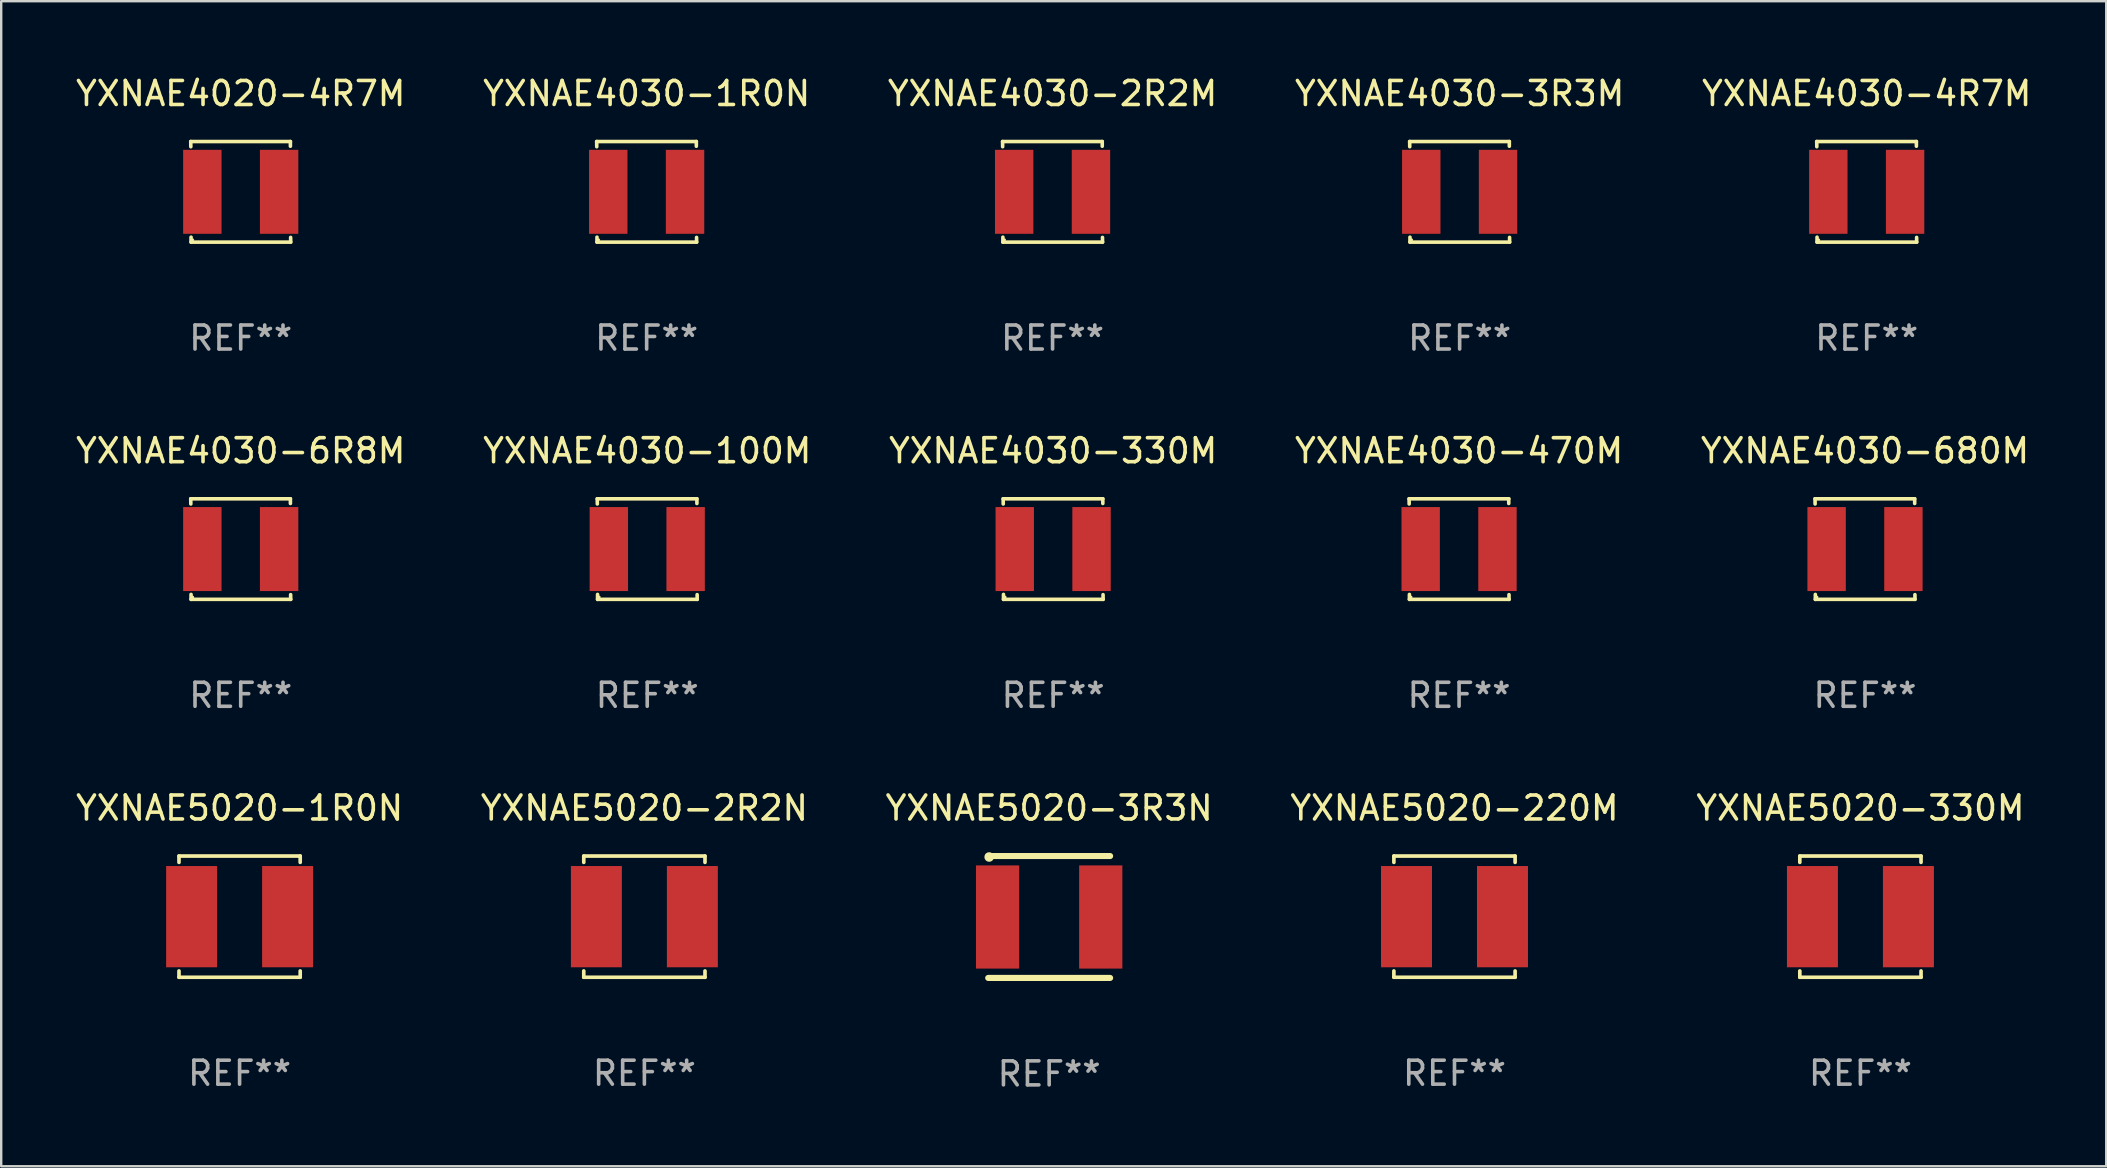
<source format=kicad_pcb>
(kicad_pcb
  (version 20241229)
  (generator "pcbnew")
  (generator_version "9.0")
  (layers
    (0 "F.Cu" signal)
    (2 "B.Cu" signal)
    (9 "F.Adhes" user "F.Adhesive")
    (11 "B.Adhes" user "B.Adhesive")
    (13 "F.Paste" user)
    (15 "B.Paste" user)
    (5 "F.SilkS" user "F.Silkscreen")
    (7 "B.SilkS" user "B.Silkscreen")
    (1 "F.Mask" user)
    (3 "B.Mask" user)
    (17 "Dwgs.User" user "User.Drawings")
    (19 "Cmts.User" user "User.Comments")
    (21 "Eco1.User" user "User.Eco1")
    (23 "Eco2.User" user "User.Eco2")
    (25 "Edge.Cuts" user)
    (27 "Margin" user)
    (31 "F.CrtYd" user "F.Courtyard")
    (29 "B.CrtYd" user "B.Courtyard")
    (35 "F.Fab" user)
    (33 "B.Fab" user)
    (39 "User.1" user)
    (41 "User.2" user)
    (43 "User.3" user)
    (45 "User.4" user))
  (footprint "YXNAE4030-4R7M"
    (layer "F.Cu")
    (at 74.744 4.944)
    (property "Reference" "YXNAE4030-4R7M" (at 0 -4.096 0) (layer "F.SilkS") (effects (font (size 1 1) (thickness 0.15))))
    (attr through_hole)
    (fp_line (start -2.083 -2.096) (end -2.08 -1.88) (stroke (width 0.15) (type solid)) (layer "F.SilkS"))
    (fp_line (start -2.07 1.89) (end -2.07 2.096) (stroke (width 0.15) (type solid)) (layer "F.SilkS"))
    (fp_line (start -2.07 2.096) (end 2.083 2.096) (stroke (width 0.15) (type solid)) (layer "F.SilkS"))
    (fp_line (start 2.07 -1.9) (end 2.07 -2.096) (stroke (width 0.15) (type solid)) (layer "F.SilkS"))
    (fp_line (start 2.07 -2.096) (end -2.083 -2.096) (stroke (width 0.15) (type solid)) (layer "F.SilkS"))
    (fp_line (start 2.083 2.096) (end 2.08 1.9) (stroke (width 0.15) (type solid)) (layer "F.SilkS"))
    (fp_circle (center -2 2) (end -1.97 2) (stroke (width 0.06) (type solid)) (fill no) (layer "F.SilkS"))
    (fp_text user "REF**" (at 0 6.096 0) (layer "F.Fab") (effects (font (size 1 1) (thickness 0.15))))
    (pad "1" smd rect (at -1.6 -0.000343) (size 1.6 3.5) (layers "F.Cu" "F.Mask" "F.Paste"))
    (pad "2" smd rect (at 1.6 -0.000343) (size 1.6 3.5) (layers "F.Cu" "F.Mask" "F.Paste")))
  (footprint "YXNAE5020-220M"
    (layer "F.Cu")
    (at 57.565 35.151)
    (property "Reference" "YXNAE5020-220M" (at 0 -4.526 0) (layer "F.SilkS") (effects (font (size 1 1) (thickness 0.15))))
    (attr through_hole)
    (fp_line (start -2.526 -2.526) (end 2.526 -2.526) (stroke (width 0.152) (type solid)) (layer "F.SilkS"))
    (fp_line (start -2.526 -2.262) (end -2.526 -2.526) (stroke (width 0.152) (type solid)) (layer "F.SilkS"))
    (fp_line (start -2.526 2.262) (end -2.526 2.526) (stroke (width 0.152) (type solid)) (layer "F.SilkS"))
    (fp_line (start -2.526 2.526) (end 2.526 2.526) (stroke (width 0.152) (type solid)) (layer "F.SilkS"))
    (fp_line (start 2.526 -2.526) (end 2.526 -2.262) (stroke (width 0.152) (type solid)) (layer "F.SilkS"))
    (fp_line (start 2.526 2.526) (end 2.526 2.262) (stroke (width 0.152) (type solid)) (layer "F.SilkS"))
    (fp_circle (center 2.5 -2.5) (end 2.53 -2.5) (stroke (width 0.06) (type solid)) (fill no) (layer "F.SilkS"))
    (fp_text user "REF**" (at 0 6.526 0) (layer "F.Fab") (effects (font (size 1 1) (thickness 0.15))))
    (pad "1" smd rect (at 2 0) (size 2.124 4.22) (layers "F.Cu" "F.Mask" "F.Paste"))
    (pad "2" smd rect (at -2 0) (size 2.124 4.22) (layers "F.Cu" "F.Mask" "F.Paste")))
  (footprint "YXNAE4020-4R7M"
    (layer "F.Cu")
    (at 6.982 4.944)
    (property "Reference" "YXNAE4020-4R7M" (at 0 -4.096 0) (layer "F.SilkS") (effects (font (size 1 1) (thickness 0.15))))
    (attr through_hole)
    (fp_line (start -2.083 -2.096) (end -2.08 -1.88) (stroke (width 0.15) (type solid)) (layer "F.SilkS"))
    (fp_line (start -2.07 1.89) (end -2.07 2.096) (stroke (width 0.15) (type solid)) (layer "F.SilkS"))
    (fp_line (start -2.07 2.096) (end 2.083 2.096) (stroke (width 0.15) (type solid)) (layer "F.SilkS"))
    (fp_line (start 2.07 -1.9) (end 2.07 -2.096) (stroke (width 0.15) (type solid)) (layer "F.SilkS"))
    (fp_line (start 2.07 -2.096) (end -2.083 -2.096) (stroke (width 0.15) (type solid)) (layer "F.SilkS"))
    (fp_line (start 2.083 2.096) (end 2.08 1.9) (stroke (width 0.15) (type solid)) (layer "F.SilkS"))
    (fp_circle (center -2 2) (end -1.97 2) (stroke (width 0.06) (type solid)) (fill no) (layer "F.SilkS"))
    (fp_text user "REF**" (at 0 6.096 0) (layer "F.Fab") (effects (font (size 1 1) (thickness 0.15))))
    (pad "1" smd rect (at -1.6 -0.000343) (size 1.6 3.5) (layers "F.Cu" "F.Mask" "F.Paste"))
    (pad "2" smd rect (at 1.6 -0.000343) (size 1.6 3.5) (layers "F.Cu" "F.Mask" "F.Paste")))
  (footprint "YXNAE4030-330M"
    (layer "F.Cu")
    (at 40.839 19.832)
    (property "Reference" "YXNAE4030-330M" (at 0 -4.096 0) (layer "F.SilkS") (effects (font (size 1 1) (thickness 0.15))))
    (attr through_hole)
    (fp_line (start -2.083 -2.096) (end -2.08 -1.88) (stroke (width 0.15) (type solid)) (layer "F.SilkS"))
    (fp_line (start -2.07 1.89) (end -2.07 2.096) (stroke (width 0.15) (type solid)) (layer "F.SilkS"))
    (fp_line (start -2.07 2.096) (end 2.083 2.096) (stroke (width 0.15) (type solid)) (layer "F.SilkS"))
    (fp_line (start 2.07 -1.9) (end 2.07 -2.096) (stroke (width 0.15) (type solid)) (layer "F.SilkS"))
    (fp_line (start 2.07 -2.096) (end -2.083 -2.096) (stroke (width 0.15) (type solid)) (layer "F.SilkS"))
    (fp_line (start 2.083 2.096) (end 2.08 1.9) (stroke (width 0.15) (type solid)) (layer "F.SilkS"))
    (fp_circle (center -2 2) (end -1.97 2) (stroke (width 0.06) (type solid)) (fill no) (layer "F.SilkS"))
    (fp_text user "REF**" (at 0 6.096 0) (layer "F.Fab") (effects (font (size 1 1) (thickness 0.15))))
    (pad "1" smd rect (at -1.6 -0.000343) (size 1.6 3.5) (layers "F.Cu" "F.Mask" "F.Paste"))
    (pad "2" smd rect (at 1.6 -0.000343) (size 1.6 3.5) (layers "F.Cu" "F.Mask" "F.Paste")))
  (footprint "YXNAE5020-1R0N"
    (layer "F.Cu")
    (at 6.935 35.151)
    (property "Reference" "YXNAE5020-1R0N" (at 0 -4.526 0) (layer "F.SilkS") (effects (font (size 1 1) (thickness 0.15))))
    (attr through_hole)
    (fp_line (start -2.526 -2.526) (end 2.526 -2.526) (stroke (width 0.152) (type solid)) (layer "F.SilkS"))
    (fp_line (start -2.526 -2.262) (end -2.526 -2.526) (stroke (width 0.152) (type solid)) (layer "F.SilkS"))
    (fp_line (start -2.526 2.262) (end -2.526 2.526) (stroke (width 0.152) (type solid)) (layer "F.SilkS"))
    (fp_line (start -2.526 2.526) (end 2.526 2.526) (stroke (width 0.152) (type solid)) (layer "F.SilkS"))
    (fp_line (start 2.526 -2.526) (end 2.526 -2.262) (stroke (width 0.152) (type solid)) (layer "F.SilkS"))
    (fp_line (start 2.526 2.526) (end 2.526 2.262) (stroke (width 0.152) (type solid)) (layer "F.SilkS"))
    (fp_circle (center 2.5 -2.5) (end 2.53 -2.5) (stroke (width 0.06) (type solid)) (fill no) (layer "F.SilkS"))
    (fp_text user "REF**" (at 0 6.526 0) (layer "F.Fab") (effects (font (size 1 1) (thickness 0.15))))
    (pad "1" smd rect (at 2 0) (size 2.124 4.22) (layers "F.Cu" "F.Mask" "F.Paste"))
    (pad "2" smd rect (at -2 0) (size 2.124 4.22) (layers "F.Cu" "F.Mask" "F.Paste")))
  (footprint "YXNAE4030-6R8M"
    (layer "F.Cu")
    (at 6.982 19.832)
    (property "Reference" "YXNAE4030-6R8M" (at 0 -4.096 0) (layer "F.SilkS") (effects (font (size 1 1) (thickness 0.15))))
    (attr through_hole)
    (fp_line (start -2.083 -2.096) (end -2.08 -1.88) (stroke (width 0.15) (type solid)) (layer "F.SilkS"))
    (fp_line (start -2.07 1.89) (end -2.07 2.096) (stroke (width 0.15) (type solid)) (layer "F.SilkS"))
    (fp_line (start -2.07 2.096) (end 2.083 2.096) (stroke (width 0.15) (type solid)) (layer "F.SilkS"))
    (fp_line (start 2.07 -1.9) (end 2.07 -2.096) (stroke (width 0.15) (type solid)) (layer "F.SilkS"))
    (fp_line (start 2.07 -2.096) (end -2.083 -2.096) (stroke (width 0.15) (type solid)) (layer "F.SilkS"))
    (fp_line (start 2.083 2.096) (end 2.08 1.9) (stroke (width 0.15) (type solid)) (layer "F.SilkS"))
    (fp_circle (center -2 2) (end -1.97 2) (stroke (width 0.06) (type solid)) (fill no) (layer "F.SilkS"))
    (fp_text user "REF**" (at 0 6.096 0) (layer "F.Fab") (effects (font (size 1 1) (thickness 0.15))))
    (pad "1" smd rect (at -1.6 -0.000343) (size 1.6 3.5) (layers "F.Cu" "F.Mask" "F.Paste"))
    (pad "2" smd rect (at 1.6 -0.000343) (size 1.6 3.5) (layers "F.Cu" "F.Mask" "F.Paste")))
  (footprint "YXNAE4030-2R2M"
    (layer "F.Cu")
    (at 40.815 4.944)
    (property "Reference" "YXNAE4030-2R2M" (at 0 -4.096 0) (layer "F.SilkS") (effects (font (size 1 1) (thickness 0.15))))
    (attr through_hole)
    (fp_line (start -2.083 -2.096) (end -2.08 -1.88) (stroke (width 0.15) (type solid)) (layer "F.SilkS"))
    (fp_line (start -2.07 1.89) (end -2.07 2.096) (stroke (width 0.15) (type solid)) (layer "F.SilkS"))
    (fp_line (start -2.07 2.096) (end 2.083 2.096) (stroke (width 0.15) (type solid)) (layer "F.SilkS"))
    (fp_line (start 2.07 -1.9) (end 2.07 -2.096) (stroke (width 0.15) (type solid)) (layer "F.SilkS"))
    (fp_line (start 2.07 -2.096) (end -2.083 -2.096) (stroke (width 0.15) (type solid)) (layer "F.SilkS"))
    (fp_line (start 2.083 2.096) (end 2.08 1.9) (stroke (width 0.15) (type solid)) (layer "F.SilkS"))
    (fp_circle (center -2 2) (end -1.97 2) (stroke (width 0.06) (type solid)) (fill no) (layer "F.SilkS"))
    (fp_text user "REF**" (at 0 6.096 0) (layer "F.Fab") (effects (font (size 1 1) (thickness 0.15))))
    (pad "1" smd rect (at -1.6 -0.000343) (size 1.6 3.5) (layers "F.Cu" "F.Mask" "F.Paste"))
    (pad "2" smd rect (at 1.6 -0.000343) (size 1.6 3.5) (layers "F.Cu" "F.Mask" "F.Paste")))
  (footprint "YXNAE5020-330M"
    (layer "F.Cu")
    (at 74.482 35.151)
    (property "Reference" "YXNAE5020-330M" (at 0 -4.526 0) (layer "F.SilkS") (effects (font (size 1 1) (thickness 0.15))))
    (attr through_hole)
    (fp_line (start -2.526 -2.526) (end 2.526 -2.526) (stroke (width 0.152) (type solid)) (layer "F.SilkS"))
    (fp_line (start -2.526 -2.262) (end -2.526 -2.526) (stroke (width 0.152) (type solid)) (layer "F.SilkS"))
    (fp_line (start -2.526 2.262) (end -2.526 2.526) (stroke (width 0.152) (type solid)) (layer "F.SilkS"))
    (fp_line (start -2.526 2.526) (end 2.526 2.526) (stroke (width 0.152) (type solid)) (layer "F.SilkS"))
    (fp_line (start 2.526 -2.526) (end 2.526 -2.262) (stroke (width 0.152) (type solid)) (layer "F.SilkS"))
    (fp_line (start 2.526 2.526) (end 2.526 2.262) (stroke (width 0.152) (type solid)) (layer "F.SilkS"))
    (fp_circle (center 2.5 -2.5) (end 2.53 -2.5) (stroke (width 0.06) (type solid)) (fill no) (layer "F.SilkS"))
    (fp_text user "REF**" (at 0 6.526 0) (layer "F.Fab") (effects (font (size 1 1) (thickness 0.15))))
    (pad "1" smd rect (at 2 0) (size 2.124 4.22) (layers "F.Cu" "F.Mask" "F.Paste"))
    (pad "2" smd rect (at -2 0) (size 2.124 4.22) (layers "F.Cu" "F.Mask" "F.Paste")))
  (footprint "YXNAE4030-1R0N"
    (layer "F.Cu")
    (at 23.899 4.944)
    (property "Reference" "YXNAE4030-1R0N" (at 0 -4.096 0) (layer "F.SilkS") (effects (font (size 1 1) (thickness 0.15))))
    (attr through_hole)
    (fp_line (start -2.083 -2.096) (end -2.08 -1.88) (stroke (width 0.15) (type solid)) (layer "F.SilkS"))
    (fp_line (start -2.07 1.89) (end -2.07 2.096) (stroke (width 0.15) (type solid)) (layer "F.SilkS"))
    (fp_line (start -2.07 2.096) (end 2.083 2.096) (stroke (width 0.15) (type solid)) (layer "F.SilkS"))
    (fp_line (start 2.07 -1.9) (end 2.07 -2.096) (stroke (width 0.15) (type solid)) (layer "F.SilkS"))
    (fp_line (start 2.07 -2.096) (end -2.083 -2.096) (stroke (width 0.15) (type solid)) (layer "F.SilkS"))
    (fp_line (start 2.083 2.096) (end 2.08 1.9) (stroke (width 0.15) (type solid)) (layer "F.SilkS"))
    (fp_circle (center -2 2) (end -1.97 2) (stroke (width 0.06) (type solid)) (fill no) (layer "F.SilkS"))
    (fp_text user "REF**" (at 0 6.096 0) (layer "F.Fab") (effects (font (size 1 1) (thickness 0.15))))
    (pad "1" smd rect (at -1.6 -0.000343) (size 1.6 3.5) (layers "F.Cu" "F.Mask" "F.Paste"))
    (pad "2" smd rect (at 1.6 -0.000343) (size 1.6 3.5) (layers "F.Cu" "F.Mask" "F.Paste")))
  (footprint "YXNAE4030-470M"
    (layer "F.Cu")
    (at 57.756 19.832)
    (property "Reference" "YXNAE4030-470M" (at 0 -4.096 0) (layer "F.SilkS") (effects (font (size 1 1) (thickness 0.15))))
    (attr through_hole)
    (fp_line (start -2.083 -2.096) (end -2.08 -1.88) (stroke (width 0.15) (type solid)) (layer "F.SilkS"))
    (fp_line (start -2.07 1.89) (end -2.07 2.096) (stroke (width 0.15) (type solid)) (layer "F.SilkS"))
    (fp_line (start -2.07 2.096) (end 2.083 2.096) (stroke (width 0.15) (type solid)) (layer "F.SilkS"))
    (fp_line (start 2.07 -1.9) (end 2.07 -2.096) (stroke (width 0.15) (type solid)) (layer "F.SilkS"))
    (fp_line (start 2.07 -2.096) (end -2.083 -2.096) (stroke (width 0.15) (type solid)) (layer "F.SilkS"))
    (fp_line (start 2.083 2.096) (end 2.08 1.9) (stroke (width 0.15) (type solid)) (layer "F.SilkS"))
    (fp_circle (center -2 2) (end -1.97 2) (stroke (width 0.06) (type solid)) (fill no) (layer "F.SilkS"))
    (fp_text user "REF**" (at 0 6.096 0) (layer "F.Fab") (effects (font (size 1 1) (thickness 0.15))))
    (pad "1" smd rect (at -1.6 -0.000343) (size 1.6 3.5) (layers "F.Cu" "F.Mask" "F.Paste"))
    (pad "2" smd rect (at 1.6 -0.000343) (size 1.6 3.5) (layers "F.Cu" "F.Mask" "F.Paste")))
  (footprint "YXNAE4030-3R3M"
    (layer "F.Cu")
    (at 57.78 4.944)
    (property "Reference" "YXNAE4030-3R3M" (at 0 -4.096 0) (layer "F.SilkS") (effects (font (size 1 1) (thickness 0.15))))
    (attr through_hole)
    (fp_line (start -2.083 -2.096) (end -2.08 -1.88) (stroke (width 0.15) (type solid)) (layer "F.SilkS"))
    (fp_line (start -2.07 1.89) (end -2.07 2.096) (stroke (width 0.15) (type solid)) (layer "F.SilkS"))
    (fp_line (start -2.07 2.096) (end 2.083 2.096) (stroke (width 0.15) (type solid)) (layer "F.SilkS"))
    (fp_line (start 2.07 -1.9) (end 2.07 -2.096) (stroke (width 0.15) (type solid)) (layer "F.SilkS"))
    (fp_line (start 2.07 -2.096) (end -2.083 -2.096) (stroke (width 0.15) (type solid)) (layer "F.SilkS"))
    (fp_line (start 2.083 2.096) (end 2.08 1.9) (stroke (width 0.15) (type solid)) (layer "F.SilkS"))
    (fp_circle (center -2 2) (end -1.97 2) (stroke (width 0.06) (type solid)) (fill no) (layer "F.SilkS"))
    (fp_text user "REF**" (at 0 6.096 0) (layer "F.Fab") (effects (font (size 1 1) (thickness 0.15))))
    (pad "1" smd rect (at -1.6 -0.000343) (size 1.6 3.5) (layers "F.Cu" "F.Mask" "F.Paste"))
    (pad "2" smd rect (at 1.6 -0.000343) (size 1.6 3.5) (layers "F.Cu" "F.Mask" "F.Paste")))
  (footprint "YXNAE4030-680M"
    (layer "F.Cu")
    (at 74.673 19.832)
    (property "Reference" "YXNAE4030-680M" (at 0 -4.096 0) (layer "F.SilkS") (effects (font (size 1 1) (thickness 0.15))))
    (attr through_hole)
    (fp_line (start -2.083 -2.096) (end -2.08 -1.88) (stroke (width 0.15) (type solid)) (layer "F.SilkS"))
    (fp_line (start -2.07 1.89) (end -2.07 2.096) (stroke (width 0.15) (type solid)) (layer "F.SilkS"))
    (fp_line (start -2.07 2.096) (end 2.083 2.096) (stroke (width 0.15) (type solid)) (layer "F.SilkS"))
    (fp_line (start 2.07 -1.9) (end 2.07 -2.096) (stroke (width 0.15) (type solid)) (layer "F.SilkS"))
    (fp_line (start 2.07 -2.096) (end -2.083 -2.096) (stroke (width 0.15) (type solid)) (layer "F.SilkS"))
    (fp_line (start 2.083 2.096) (end 2.08 1.9) (stroke (width 0.15) (type solid)) (layer "F.SilkS"))
    (fp_circle (center -2 2) (end -1.97 2) (stroke (width 0.06) (type solid)) (fill no) (layer "F.SilkS"))
    (fp_text user "REF**" (at 0 6.096 0) (layer "F.Fab") (effects (font (size 1 1) (thickness 0.15))))
    (pad "1" smd rect (at -1.6 -0.000343) (size 1.6 3.5) (layers "F.Cu" "F.Mask" "F.Paste"))
    (pad "2" smd rect (at 1.6 -0.000343) (size 1.6 3.5) (layers "F.Cu" "F.Mask" "F.Paste")))
  (footprint "YXNAE5020-2R2N"
    (layer "F.Cu")
    (at 23.804 35.151)
    (property "Reference" "YXNAE5020-2R2N" (at 0 -4.526 0) (layer "F.SilkS") (effects (font (size 1 1) (thickness 0.15))))
    (attr through_hole)
    (fp_line (start -2.526 -2.526) (end 2.526 -2.526) (stroke (width 0.152) (type solid)) (layer "F.SilkS"))
    (fp_line (start -2.526 -2.262) (end -2.526 -2.526) (stroke (width 0.152) (type solid)) (layer "F.SilkS"))
    (fp_line (start -2.526 2.262) (end -2.526 2.526) (stroke (width 0.152) (type solid)) (layer "F.SilkS"))
    (fp_line (start -2.526 2.526) (end 2.526 2.526) (stroke (width 0.152) (type solid)) (layer "F.SilkS"))
    (fp_line (start 2.526 -2.526) (end 2.526 -2.262) (stroke (width 0.152) (type solid)) (layer "F.SilkS"))
    (fp_line (start 2.526 2.526) (end 2.526 2.262) (stroke (width 0.152) (type solid)) (layer "F.SilkS"))
    (fp_circle (center 2.5 -2.5) (end 2.53 -2.5) (stroke (width 0.06) (type solid)) (fill no) (layer "F.SilkS"))
    (fp_text user "REF**" (at 0 6.526 0) (layer "F.Fab") (effects (font (size 1 1) (thickness 0.15))))
    (pad "1" smd rect (at 2 0) (size 2.124 4.22) (layers "F.Cu" "F.Mask" "F.Paste"))
    (pad "2" smd rect (at -2 0) (size 2.124 4.22) (layers "F.Cu" "F.Mask" "F.Paste")))
  (footprint "YXNAE4030-100M"
    (layer "F.Cu")
    (at 23.923 19.832)
    (property "Reference" "YXNAE4030-100M" (at 0 -4.096 0) (layer "F.SilkS") (effects (font (size 1 1) (thickness 0.15))))
    (attr through_hole)
    (fp_line (start -2.083 -2.096) (end -2.08 -1.88) (stroke (width 0.15) (type solid)) (layer "F.SilkS"))
    (fp_line (start -2.07 1.89) (end -2.07 2.096) (stroke (width 0.15) (type solid)) (layer "F.SilkS"))
    (fp_line (start -2.07 2.096) (end 2.083 2.096) (stroke (width 0.15) (type solid)) (layer "F.SilkS"))
    (fp_line (start 2.07 -1.9) (end 2.07 -2.096) (stroke (width 0.15) (type solid)) (layer "F.SilkS"))
    (fp_line (start 2.07 -2.096) (end -2.083 -2.096) (stroke (width 0.15) (type solid)) (layer "F.SilkS"))
    (fp_line (start 2.083 2.096) (end 2.08 1.9) (stroke (width 0.15) (type solid)) (layer "F.SilkS"))
    (fp_circle (center -2 2) (end -1.97 2) (stroke (width 0.06) (type solid)) (fill no) (layer "F.SilkS"))
    (fp_text user "REF**" (at 0 6.096 0) (layer "F.Fab") (effects (font (size 1 1) (thickness 0.15))))
    (pad "1" smd rect (at -1.6 -0.000343) (size 1.6 3.5) (layers "F.Cu" "F.Mask" "F.Paste"))
    (pad "2" smd rect (at 1.6 -0.000343) (size 1.6 3.5) (layers "F.Cu" "F.Mask" "F.Paste")))
  (footprint "YXNAE5020-3R3N"
    (layer "F.Cu")
    (at 40.673 35.165)
    (property "Reference" "YXNAE5020-3R3N" (at 0 -4.54 0) (layer "F.SilkS") (effects (font (size 1 1) (thickness 0.15))))
    (attr through_hole)
    (fp_line (start -2.54 -2.54) (end 2.54 -2.54) (stroke (width 0.254) (type solid)) (layer "F.SilkS"))
    (fp_line (start 2.54 2.54) (end -2.54 2.54) (stroke (width 0.254) (type solid)) (layer "F.SilkS"))
    (fp_circle (center -2.5 -2.5) (end -2.4 -2.5) (stroke (width 0.2) (type solid)) (fill no) (layer "F.SilkS"))
    (fp_text user "REF**" (at 0 6.54 0) (layer "F.Fab") (effects (font (size 1 1) (thickness 0.15))))
    (pad "1" smd rect (at -2.15 0) (size 1.801 4.3) (layers "F.Cu" "F.Mask" "F.Paste"))
    (pad "2" smd rect (at 2.15 0) (size 1.801 4.3) (layers "F.Cu" "F.Mask" "F.Paste")))
  (gr_rect
    (start -3 -3)
    (end 84.726 45.553)
    (stroke (width 0.1) (type default))
    (fill no)
    (layer "Edge.Cuts")))
</source>
